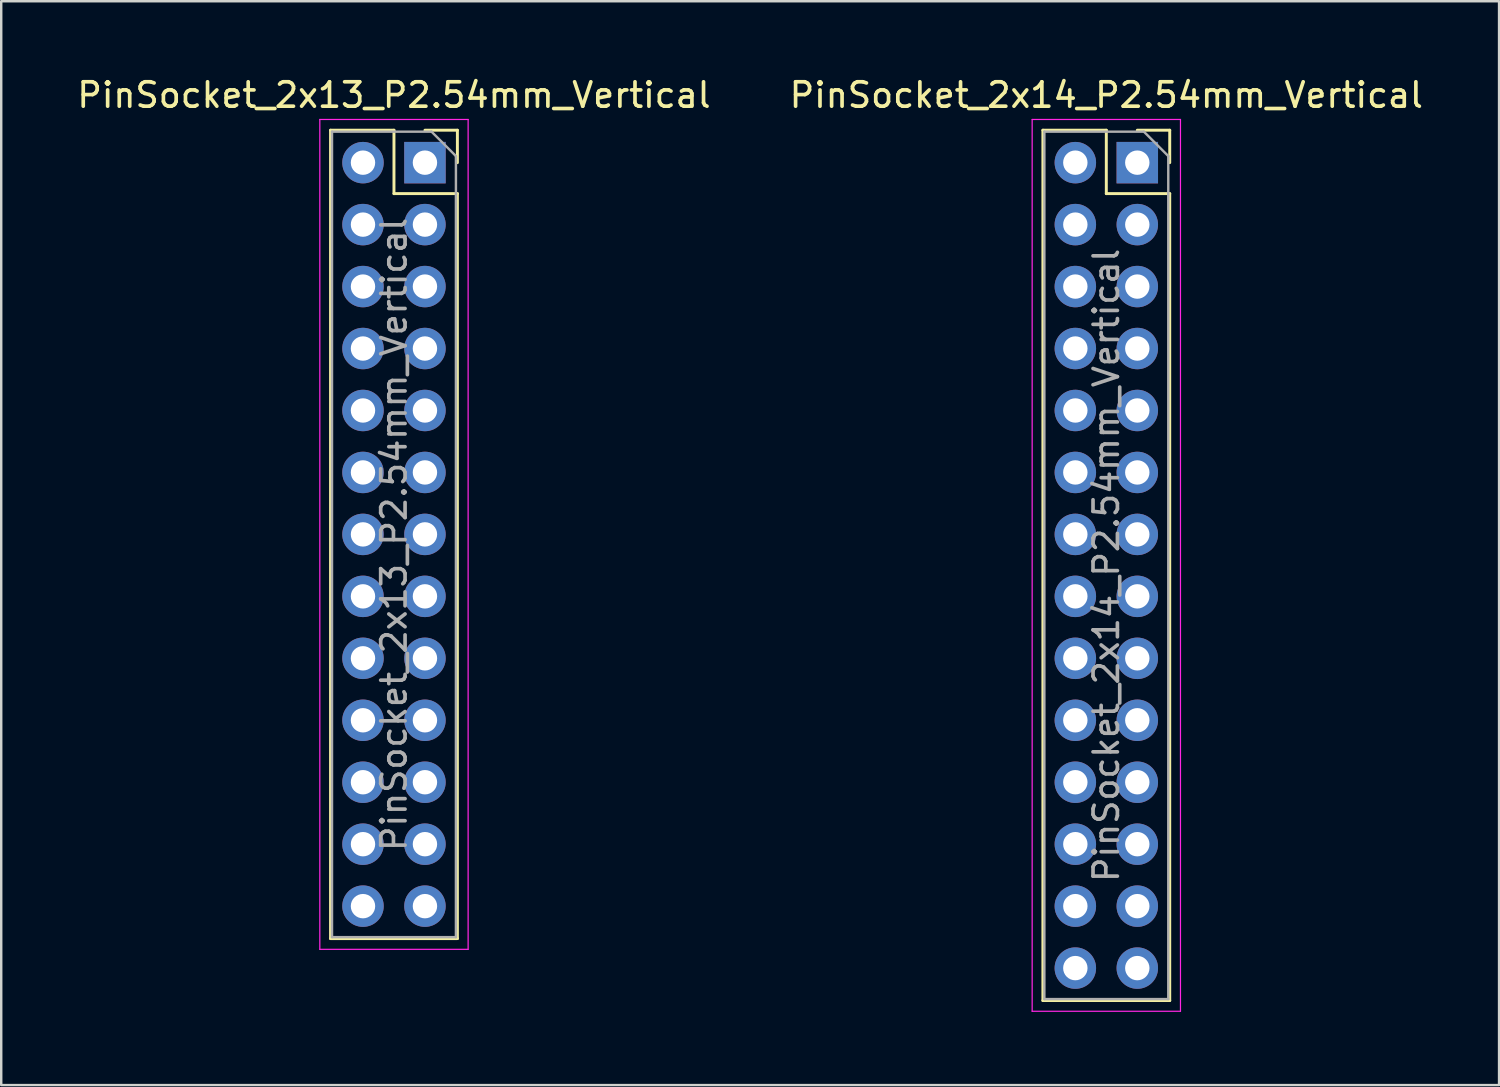
<source format=kicad_pcb>
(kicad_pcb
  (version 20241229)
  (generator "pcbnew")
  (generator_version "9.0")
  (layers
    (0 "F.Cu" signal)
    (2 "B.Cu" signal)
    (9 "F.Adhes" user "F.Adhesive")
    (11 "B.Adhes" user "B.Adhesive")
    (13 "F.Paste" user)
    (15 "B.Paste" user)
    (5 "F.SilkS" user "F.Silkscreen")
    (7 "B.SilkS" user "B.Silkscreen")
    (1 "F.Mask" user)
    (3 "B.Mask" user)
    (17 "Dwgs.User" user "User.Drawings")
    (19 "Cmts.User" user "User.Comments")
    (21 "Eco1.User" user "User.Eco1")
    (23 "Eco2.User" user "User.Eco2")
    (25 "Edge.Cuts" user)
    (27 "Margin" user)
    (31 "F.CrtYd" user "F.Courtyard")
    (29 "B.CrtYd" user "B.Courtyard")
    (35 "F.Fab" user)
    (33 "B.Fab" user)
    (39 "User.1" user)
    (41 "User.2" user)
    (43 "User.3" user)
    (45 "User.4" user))
  (footprint "PinSocket_2x14_P2.54mm_Vertical"
    (layer "F.Cu")
    (at 43.574 3.618)
    (property "Reference" "PinSocket_2x14_P2.54mm_Vertical" (at -1.27 -2.77 0) (layer "F.SilkS") (effects (font (size 1 1) (thickness 0.15))))
    (attr through_hole)
    (fp_line (start -3.87 -1.33) (end -3.87 34.35) (stroke (width 0.12) (type solid)) (layer "F.SilkS"))
    (fp_line (start -3.87 -1.33) (end -1.27 -1.33) (stroke (width 0.12) (type solid)) (layer "F.SilkS"))
    (fp_line (start -3.87 34.35) (end 1.33 34.35) (stroke (width 0.12) (type solid)) (layer "F.SilkS"))
    (fp_line (start -1.27 -1.33) (end -1.27 1.27) (stroke (width 0.12) (type solid)) (layer "F.SilkS"))
    (fp_line (start -1.27 1.27) (end 1.33 1.27) (stroke (width 0.12) (type solid)) (layer "F.SilkS"))
    (fp_line (start 0 -1.33) (end 1.33 -1.33) (stroke (width 0.12) (type solid)) (layer "F.SilkS"))
    (fp_line (start 1.33 -1.33) (end 1.33 0) (stroke (width 0.12) (type solid)) (layer "F.SilkS"))
    (fp_line (start 1.33 1.27) (end 1.33 34.35) (stroke (width 0.12) (type solid)) (layer "F.SilkS"))
    (fp_line (start -4.31 -1.77) (end 1.77 -1.77) (stroke (width 0.05) (type solid)) (layer "F.CrtYd"))
    (fp_line (start -4.31 34.79) (end -4.31 -1.77) (stroke (width 0.05) (type solid)) (layer "F.CrtYd"))
    (fp_line (start 1.77 -1.77) (end 1.77 34.79) (stroke (width 0.05) (type solid)) (layer "F.CrtYd"))
    (fp_line (start 1.77 34.79) (end -4.31 34.79) (stroke (width 0.05) (type solid)) (layer "F.CrtYd"))
    (fp_line (start -3.81 -1.27) (end 0.27 -1.27) (stroke (width 0.1) (type solid)) (layer "F.Fab"))
    (fp_line (start -3.81 34.29) (end -3.81 -1.27) (stroke (width 0.1) (type solid)) (layer "F.Fab"))
    (fp_line (start 0.27 -1.27) (end 1.27 -0.27) (stroke (width 0.1) (type solid)) (layer "F.Fab"))
    (fp_line (start 1.27 -0.27) (end 1.27 34.29) (stroke (width 0.1) (type solid)) (layer "F.Fab"))
    (fp_line (start 1.27 34.29) (end -3.81 34.29) (stroke (width 0.1) (type solid)) (layer "F.Fab"))
    (fp_text user "${REFERENCE}" (at -1.27 16.51 90) (layer "F.Fab") (effects (font (size 1 1) (thickness 0.15))))
    (pad "1" thru_hole rect (at 0 0) (size 1.7 1.7) (drill 1) (layers "*.Cu" "*.Mask"))
    (pad "2" thru_hole circle (at -2.54 0) (size 1.7 1.7) (drill 1) (layers "*.Cu" "*.Mask"))
    (pad "3" thru_hole circle (at 0 2.54) (size 1.7 1.7) (drill 1) (layers "*.Cu" "*.Mask"))
    (pad "4" thru_hole circle (at -2.54 2.54) (size 1.7 1.7) (drill 1) (layers "*.Cu" "*.Mask"))
    (pad "5" thru_hole circle (at 0 5.08) (size 1.7 1.7) (drill 1) (layers "*.Cu" "*.Mask"))
    (pad "6" thru_hole circle (at -2.54 5.08) (size 1.7 1.7) (drill 1) (layers "*.Cu" "*.Mask"))
    (pad "7" thru_hole circle (at 0 7.62) (size 1.7 1.7) (drill 1) (layers "*.Cu" "*.Mask"))
    (pad "8" thru_hole circle (at -2.54 7.62) (size 1.7 1.7) (drill 1) (layers "*.Cu" "*.Mask"))
    (pad "9" thru_hole circle (at 0 10.16) (size 1.7 1.7) (drill 1) (layers "*.Cu" "*.Mask"))
    (pad "10" thru_hole circle (at -2.54 10.16) (size 1.7 1.7) (drill 1) (layers "*.Cu" "*.Mask"))
    (pad "11" thru_hole circle (at 0 12.7) (size 1.7 1.7) (drill 1) (layers "*.Cu" "*.Mask"))
    (pad "12" thru_hole circle (at -2.54 12.7) (size 1.7 1.7) (drill 1) (layers "*.Cu" "*.Mask"))
    (pad "13" thru_hole circle (at 0 15.24) (size 1.7 1.7) (drill 1) (layers "*.Cu" "*.Mask"))
    (pad "14" thru_hole circle (at -2.54 15.24) (size 1.7 1.7) (drill 1) (layers "*.Cu" "*.Mask"))
    (pad "15" thru_hole circle (at 0 17.78) (size 1.7 1.7) (drill 1) (layers "*.Cu" "*.Mask"))
    (pad "16" thru_hole circle (at -2.54 17.78) (size 1.7 1.7) (drill 1) (layers "*.Cu" "*.Mask"))
    (pad "17" thru_hole circle (at 0 20.32) (size 1.7 1.7) (drill 1) (layers "*.Cu" "*.Mask"))
    (pad "18" thru_hole circle (at -2.54 20.32) (size 1.7 1.7) (drill 1) (layers "*.Cu" "*.Mask"))
    (pad "19" thru_hole circle (at 0 22.86) (size 1.7 1.7) (drill 1) (layers "*.Cu" "*.Mask"))
    (pad "20" thru_hole circle (at -2.54 22.86) (size 1.7 1.7) (drill 1) (layers "*.Cu" "*.Mask"))
    (pad "21" thru_hole circle (at 0 25.4) (size 1.7 1.7) (drill 1) (layers "*.Cu" "*.Mask"))
    (pad "22" thru_hole circle (at -2.54 25.4) (size 1.7 1.7) (drill 1) (layers "*.Cu" "*.Mask"))
    (pad "23" thru_hole circle (at 0 27.94) (size 1.7 1.7) (drill 1) (layers "*.Cu" "*.Mask"))
    (pad "24" thru_hole circle (at -2.54 27.94) (size 1.7 1.7) (drill 1) (layers "*.Cu" "*.Mask"))
    (pad "25" thru_hole circle (at 0 30.48) (size 1.7 1.7) (drill 1) (layers "*.Cu" "*.Mask"))
    (pad "26" thru_hole circle (at -2.54 30.48) (size 1.7 1.7) (drill 1) (layers "*.Cu" "*.Mask"))
    (pad "27" thru_hole circle (at 0 33.02) (size 1.7 1.7) (drill 1) (layers "*.Cu" "*.Mask"))
    (pad "28" thru_hole circle (at -2.54 33.02) (size 1.7 1.7) (drill 1) (layers "*.Cu" "*.Mask")))
  (footprint "PinSocket_2x13_P2.54mm_Vertical"
    (layer "F.Cu")
    (at 14.371 3.618)
    (property "Reference" "PinSocket_2x13_P2.54mm_Vertical" (at -1.27 -2.77 0) (layer "F.SilkS") (effects (font (size 1 1) (thickness 0.15))))
    (attr through_hole)
    (fp_line (start -3.87 -1.33) (end -3.87 31.81) (stroke (width 0.12) (type solid)) (layer "F.SilkS"))
    (fp_line (start -3.87 -1.33) (end -1.27 -1.33) (stroke (width 0.12) (type solid)) (layer "F.SilkS"))
    (fp_line (start -3.87 31.81) (end 1.33 31.81) (stroke (width 0.12) (type solid)) (layer "F.SilkS"))
    (fp_line (start -1.27 -1.33) (end -1.27 1.27) (stroke (width 0.12) (type solid)) (layer "F.SilkS"))
    (fp_line (start -1.27 1.27) (end 1.33 1.27) (stroke (width 0.12) (type solid)) (layer "F.SilkS"))
    (fp_line (start 0 -1.33) (end 1.33 -1.33) (stroke (width 0.12) (type solid)) (layer "F.SilkS"))
    (fp_line (start 1.33 -1.33) (end 1.33 0) (stroke (width 0.12) (type solid)) (layer "F.SilkS"))
    (fp_line (start 1.33 1.27) (end 1.33 31.81) (stroke (width 0.12) (type solid)) (layer "F.SilkS"))
    (fp_line (start -4.31 -1.77) (end 1.77 -1.77) (stroke (width 0.05) (type solid)) (layer "F.CrtYd"))
    (fp_line (start -4.31 32.25) (end -4.31 -1.77) (stroke (width 0.05) (type solid)) (layer "F.CrtYd"))
    (fp_line (start 1.77 -1.77) (end 1.77 32.25) (stroke (width 0.05) (type solid)) (layer "F.CrtYd"))
    (fp_line (start 1.77 32.25) (end -4.31 32.25) (stroke (width 0.05) (type solid)) (layer "F.CrtYd"))
    (fp_line (start -3.81 -1.27) (end 0.27 -1.27) (stroke (width 0.1) (type solid)) (layer "F.Fab"))
    (fp_line (start -3.81 31.75) (end -3.81 -1.27) (stroke (width 0.1) (type solid)) (layer "F.Fab"))
    (fp_line (start 0.27 -1.27) (end 1.27 -0.27) (stroke (width 0.1) (type solid)) (layer "F.Fab"))
    (fp_line (start 1.27 -0.27) (end 1.27 31.75) (stroke (width 0.1) (type solid)) (layer "F.Fab"))
    (fp_line (start 1.27 31.75) (end -3.81 31.75) (stroke (width 0.1) (type solid)) (layer "F.Fab"))
    (fp_text user "${REFERENCE}" (at -1.27 15.24 90) (layer "F.Fab") (effects (font (size 1 1) (thickness 0.15))))
    (pad "1" thru_hole rect (at 0 0) (size 1.7 1.7) (drill 1) (layers "*.Cu" "*.Mask"))
    (pad "2" thru_hole circle (at -2.54 0) (size 1.7 1.7) (drill 1) (layers "*.Cu" "*.Mask"))
    (pad "3" thru_hole circle (at 0 2.54) (size 1.7 1.7) (drill 1) (layers "*.Cu" "*.Mask"))
    (pad "4" thru_hole circle (at -2.54 2.54) (size 1.7 1.7) (drill 1) (layers "*.Cu" "*.Mask"))
    (pad "5" thru_hole circle (at 0 5.08) (size 1.7 1.7) (drill 1) (layers "*.Cu" "*.Mask"))
    (pad "6" thru_hole circle (at -2.54 5.08) (size 1.7 1.7) (drill 1) (layers "*.Cu" "*.Mask"))
    (pad "7" thru_hole circle (at 0 7.62) (size 1.7 1.7) (drill 1) (layers "*.Cu" "*.Mask"))
    (pad "8" thru_hole circle (at -2.54 7.62) (size 1.7 1.7) (drill 1) (layers "*.Cu" "*.Mask"))
    (pad "9" thru_hole circle (at 0 10.16) (size 1.7 1.7) (drill 1) (layers "*.Cu" "*.Mask"))
    (pad "10" thru_hole circle (at -2.54 10.16) (size 1.7 1.7) (drill 1) (layers "*.Cu" "*.Mask"))
    (pad "11" thru_hole circle (at 0 12.7) (size 1.7 1.7) (drill 1) (layers "*.Cu" "*.Mask"))
    (pad "12" thru_hole circle (at -2.54 12.7) (size 1.7 1.7) (drill 1) (layers "*.Cu" "*.Mask"))
    (pad "13" thru_hole circle (at 0 15.24) (size 1.7 1.7) (drill 1) (layers "*.Cu" "*.Mask"))
    (pad "14" thru_hole circle (at -2.54 15.24) (size 1.7 1.7) (drill 1) (layers "*.Cu" "*.Mask"))
    (pad "15" thru_hole circle (at 0 17.78) (size 1.7 1.7) (drill 1) (layers "*.Cu" "*.Mask"))
    (pad "16" thru_hole circle (at -2.54 17.78) (size 1.7 1.7) (drill 1) (layers "*.Cu" "*.Mask"))
    (pad "17" thru_hole circle (at 0 20.32) (size 1.7 1.7) (drill 1) (layers "*.Cu" "*.Mask"))
    (pad "18" thru_hole circle (at -2.54 20.32) (size 1.7 1.7) (drill 1) (layers "*.Cu" "*.Mask"))
    (pad "19" thru_hole circle (at 0 22.86) (size 1.7 1.7) (drill 1) (layers "*.Cu" "*.Mask"))
    (pad "20" thru_hole circle (at -2.54 22.86) (size 1.7 1.7) (drill 1) (layers "*.Cu" "*.Mask"))
    (pad "21" thru_hole circle (at 0 25.4) (size 1.7 1.7) (drill 1) (layers "*.Cu" "*.Mask"))
    (pad "22" thru_hole circle (at -2.54 25.4) (size 1.7 1.7) (drill 1) (layers "*.Cu" "*.Mask"))
    (pad "23" thru_hole circle (at 0 27.94) (size 1.7 1.7) (drill 1) (layers "*.Cu" "*.Mask"))
    (pad "24" thru_hole circle (at -2.54 27.94) (size 1.7 1.7) (drill 1) (layers "*.Cu" "*.Mask"))
    (pad "25" thru_hole circle (at 0 30.48) (size 1.7 1.7) (drill 1) (layers "*.Cu" "*.Mask"))
    (pad "26" thru_hole circle (at -2.54 30.48) (size 1.7 1.7) (drill 1) (layers "*.Cu" "*.Mask")))
  (gr_rect
    (start -3 -3)
    (end 58.405 41.433)
    (stroke (width 0.1) (type default))
    (fill no)
    (layer "Edge.Cuts")))
</source>
